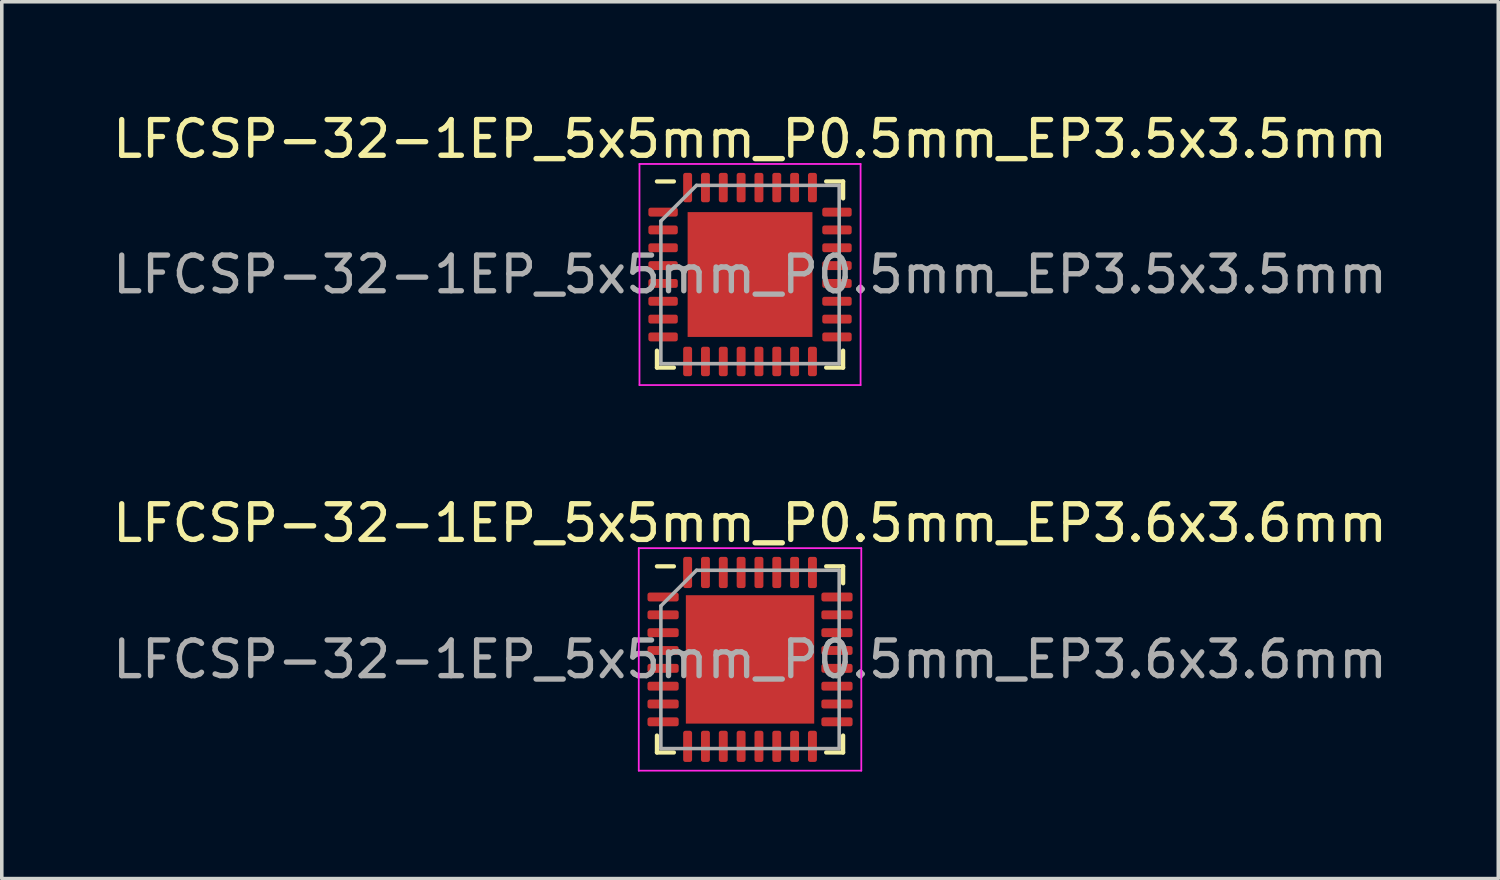
<source format=kicad_pcb>
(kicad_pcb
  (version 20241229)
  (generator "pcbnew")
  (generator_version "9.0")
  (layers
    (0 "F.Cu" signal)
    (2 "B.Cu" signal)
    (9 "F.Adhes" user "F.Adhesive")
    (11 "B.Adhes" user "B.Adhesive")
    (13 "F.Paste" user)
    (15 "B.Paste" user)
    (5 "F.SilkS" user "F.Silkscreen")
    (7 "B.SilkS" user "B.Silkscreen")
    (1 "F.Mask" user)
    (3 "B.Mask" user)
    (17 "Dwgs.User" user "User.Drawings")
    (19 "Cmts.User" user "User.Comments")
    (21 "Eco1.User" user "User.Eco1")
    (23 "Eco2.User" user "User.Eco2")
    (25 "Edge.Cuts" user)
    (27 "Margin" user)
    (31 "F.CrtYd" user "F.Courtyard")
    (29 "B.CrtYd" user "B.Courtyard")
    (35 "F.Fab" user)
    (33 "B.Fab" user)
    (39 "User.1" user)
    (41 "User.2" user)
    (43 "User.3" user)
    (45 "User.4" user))
  (footprint "LFCSP-32-1EP_5x5mm_P0.5mm_EP3.5x3.5mm"
    (layer "F.Cu")
    (at 17.982 4.648)
    (property "Reference" "LFCSP-32-1EP_5x5mm_P0.5mm_EP3.5x3.5mm" (at 0 -3.8 0) (layer "F.SilkS") (effects (font (size 1 1) (thickness 0.15))))
    (attr smd)
    (fp_line (start -2.61 2.61) (end -2.61 2.135) (stroke (width 0.12) (type solid)) (layer "F.SilkS"))
    (fp_line (start -2.135 -2.61) (end -2.61 -2.61) (stroke (width 0.12) (type solid)) (layer "F.SilkS"))
    (fp_line (start -2.135 2.61) (end -2.61 2.61) (stroke (width 0.12) (type solid)) (layer "F.SilkS"))
    (fp_line (start 2.135 -2.61) (end 2.61 -2.61) (stroke (width 0.12) (type solid)) (layer "F.SilkS"))
    (fp_line (start 2.135 2.61) (end 2.61 2.61) (stroke (width 0.12) (type solid)) (layer "F.SilkS"))
    (fp_line (start 2.61 -2.61) (end 2.61 -2.135) (stroke (width 0.12) (type solid)) (layer "F.SilkS"))
    (fp_line (start 2.61 2.61) (end 2.61 2.135) (stroke (width 0.12) (type solid)) (layer "F.SilkS"))
    (fp_line (start -3.1 -3.1) (end -3.1 3.1) (stroke (width 0.05) (type solid)) (layer "F.CrtYd"))
    (fp_line (start -3.1 3.1) (end 3.1 3.1) (stroke (width 0.05) (type solid)) (layer "F.CrtYd"))
    (fp_line (start 3.1 -3.1) (end -3.1 -3.1) (stroke (width 0.05) (type solid)) (layer "F.CrtYd"))
    (fp_line (start 3.1 3.1) (end 3.1 -3.1) (stroke (width 0.05) (type solid)) (layer "F.CrtYd"))
    (fp_line (start -2.5 -1.5) (end -1.5 -2.5) (stroke (width 0.1) (type solid)) (layer "F.Fab"))
    (fp_line (start -2.5 2.5) (end -2.5 -1.5) (stroke (width 0.1) (type solid)) (layer "F.Fab"))
    (fp_line (start -1.5 -2.5) (end 2.5 -2.5) (stroke (width 0.1) (type solid)) (layer "F.Fab"))
    (fp_line (start 2.5 -2.5) (end 2.5 2.5) (stroke (width 0.1) (type solid)) (layer "F.Fab"))
    (fp_line (start 2.5 2.5) (end -2.5 2.5) (stroke (width 0.1) (type solid)) (layer "F.Fab"))
    (fp_text user "${REFERENCE}" (at 0 0 0) (layer "F.Fab") (effects (font (size 1 1) (thickness 0.15))))
    (pad "" smd roundrect (at -0.875 -0.875) (size 1.41 1.41) (layers "F.Paste") (roundrect_rratio 0.177))
    (pad "" smd roundrect (at -0.875 0.875) (size 1.41 1.41) (layers "F.Paste") (roundrect_rratio 0.177))
    (pad "" smd roundrect (at 0.875 -0.875) (size 1.41 1.41) (layers "F.Paste") (roundrect_rratio 0.177))
    (pad "" smd roundrect (at 0.875 0.875) (size 1.41 1.41) (layers "F.Paste") (roundrect_rratio 0.177))
    (pad "1" smd roundrect (at -2.438 -1.75) (size 0.825 0.25) (layers "F.Cu" "F.Mask" "F.Paste") (roundrect_rratio 0.25))
    (pad "2" smd roundrect (at -2.438 -1.25) (size 0.825 0.25) (layers "F.Cu" "F.Mask" "F.Paste") (roundrect_rratio 0.25))
    (pad "3" smd roundrect (at -2.438 -0.75) (size 0.825 0.25) (layers "F.Cu" "F.Mask" "F.Paste") (roundrect_rratio 0.25))
    (pad "4" smd roundrect (at -2.438 -0.25) (size 0.825 0.25) (layers "F.Cu" "F.Mask" "F.Paste") (roundrect_rratio 0.25))
    (pad "5" smd roundrect (at -2.438 0.25) (size 0.825 0.25) (layers "F.Cu" "F.Mask" "F.Paste") (roundrect_rratio 0.25))
    (pad "6" smd roundrect (at -2.438 0.75) (size 0.825 0.25) (layers "F.Cu" "F.Mask" "F.Paste") (roundrect_rratio 0.25))
    (pad "7" smd roundrect (at -2.438 1.25) (size 0.825 0.25) (layers "F.Cu" "F.Mask" "F.Paste") (roundrect_rratio 0.25))
    (pad "8" smd roundrect (at -2.438 1.75) (size 0.825 0.25) (layers "F.Cu" "F.Mask" "F.Paste") (roundrect_rratio 0.25))
    (pad "9" smd roundrect (at -1.75 2.438) (size 0.25 0.825) (layers "F.Cu" "F.Mask" "F.Paste") (roundrect_rratio 0.25))
    (pad "10" smd roundrect (at -1.25 2.438) (size 0.25 0.825) (layers "F.Cu" "F.Mask" "F.Paste") (roundrect_rratio 0.25))
    (pad "11" smd roundrect (at -0.75 2.438) (size 0.25 0.825) (layers "F.Cu" "F.Mask" "F.Paste") (roundrect_rratio 0.25))
    (pad "12" smd roundrect (at -0.25 2.438) (size 0.25 0.825) (layers "F.Cu" "F.Mask" "F.Paste") (roundrect_rratio 0.25))
    (pad "13" smd roundrect (at 0.25 2.438) (size 0.25 0.825) (layers "F.Cu" "F.Mask" "F.Paste") (roundrect_rratio 0.25))
    (pad "14" smd roundrect (at 0.75 2.438) (size 0.25 0.825) (layers "F.Cu" "F.Mask" "F.Paste") (roundrect_rratio 0.25))
    (pad "15" smd roundrect (at 1.25 2.438) (size 0.25 0.825) (layers "F.Cu" "F.Mask" "F.Paste") (roundrect_rratio 0.25))
    (pad "16" smd roundrect (at 1.75 2.438) (size 0.25 0.825) (layers "F.Cu" "F.Mask" "F.Paste") (roundrect_rratio 0.25))
    (pad "17" smd roundrect (at 2.438 1.75) (size 0.825 0.25) (layers "F.Cu" "F.Mask" "F.Paste") (roundrect_rratio 0.25))
    (pad "18" smd roundrect (at 2.438 1.25) (size 0.825 0.25) (layers "F.Cu" "F.Mask" "F.Paste") (roundrect_rratio 0.25))
    (pad "19" smd roundrect (at 2.438 0.75) (size 0.825 0.25) (layers "F.Cu" "F.Mask" "F.Paste") (roundrect_rratio 0.25))
    (pad "20" smd roundrect (at 2.438 0.25) (size 0.825 0.25) (layers "F.Cu" "F.Mask" "F.Paste") (roundrect_rratio 0.25))
    (pad "21" smd roundrect (at 2.438 -0.25) (size 0.825 0.25) (layers "F.Cu" "F.Mask" "F.Paste") (roundrect_rratio 0.25))
    (pad "22" smd roundrect (at 2.438 -0.75) (size 0.825 0.25) (layers "F.Cu" "F.Mask" "F.Paste") (roundrect_rratio 0.25))
    (pad "23" smd roundrect (at 2.438 -1.25) (size 0.825 0.25) (layers "F.Cu" "F.Mask" "F.Paste") (roundrect_rratio 0.25))
    (pad "24" smd roundrect (at 2.438 -1.75) (size 0.825 0.25) (layers "F.Cu" "F.Mask" "F.Paste") (roundrect_rratio 0.25))
    (pad "25" smd roundrect (at 1.75 -2.438) (size 0.25 0.825) (layers "F.Cu" "F.Mask" "F.Paste") (roundrect_rratio 0.25))
    (pad "26" smd roundrect (at 1.25 -2.438) (size 0.25 0.825) (layers "F.Cu" "F.Mask" "F.Paste") (roundrect_rratio 0.25))
    (pad "27" smd roundrect (at 0.75 -2.438) (size 0.25 0.825) (layers "F.Cu" "F.Mask" "F.Paste") (roundrect_rratio 0.25))
    (pad "28" smd roundrect (at 0.25 -2.438) (size 0.25 0.825) (layers "F.Cu" "F.Mask" "F.Paste") (roundrect_rratio 0.25))
    (pad "29" smd roundrect (at -0.25 -2.438) (size 0.25 0.825) (layers "F.Cu" "F.Mask" "F.Paste") (roundrect_rratio 0.25))
    (pad "30" smd roundrect (at -0.75 -2.438) (size 0.25 0.825) (layers "F.Cu" "F.Mask" "F.Paste") (roundrect_rratio 0.25))
    (pad "31" smd roundrect (at -1.25 -2.438) (size 0.25 0.825) (layers "F.Cu" "F.Mask" "F.Paste") (roundrect_rratio 0.25))
    (pad "32" smd roundrect (at -1.75 -2.438) (size 0.25 0.825) (layers "F.Cu" "F.Mask" "F.Paste") (roundrect_rratio 0.25))
    (pad "33" smd rect (at 0 0) (size 3.5 3.5) (layers "F.Cu" "F.Mask")))
  (footprint "LFCSP-32-1EP_5x5mm_P0.5mm_EP3.6x3.6mm"
    (layer "F.Cu")
    (at 17.982 15.441)
    (property "Reference" "LFCSP-32-1EP_5x5mm_P0.5mm_EP3.6x3.6mm" (at 0 -3.82 0) (layer "F.SilkS") (effects (font (size 1 1) (thickness 0.15))))
    (attr smd)
    (fp_line (start -2.61 2.61) (end -2.61 2.135) (stroke (width 0.12) (type solid)) (layer "F.SilkS"))
    (fp_line (start -2.135 -2.61) (end -2.61 -2.61) (stroke (width 0.12) (type solid)) (layer "F.SilkS"))
    (fp_line (start -2.135 2.61) (end -2.61 2.61) (stroke (width 0.12) (type solid)) (layer "F.SilkS"))
    (fp_line (start 2.135 -2.61) (end 2.61 -2.61) (stroke (width 0.12) (type solid)) (layer "F.SilkS"))
    (fp_line (start 2.135 2.61) (end 2.61 2.61) (stroke (width 0.12) (type solid)) (layer "F.SilkS"))
    (fp_line (start 2.61 -2.61) (end 2.61 -2.135) (stroke (width 0.12) (type solid)) (layer "F.SilkS"))
    (fp_line (start 2.61 2.61) (end 2.61 2.135) (stroke (width 0.12) (type solid)) (layer "F.SilkS"))
    (fp_line (start -3.12 -3.12) (end -3.12 3.12) (stroke (width 0.05) (type solid)) (layer "F.CrtYd"))
    (fp_line (start -3.12 3.12) (end 3.12 3.12) (stroke (width 0.05) (type solid)) (layer "F.CrtYd"))
    (fp_line (start 3.12 -3.12) (end -3.12 -3.12) (stroke (width 0.05) (type solid)) (layer "F.CrtYd"))
    (fp_line (start 3.12 3.12) (end 3.12 -3.12) (stroke (width 0.05) (type solid)) (layer "F.CrtYd"))
    (fp_line (start -2.5 -1.5) (end -1.5 -2.5) (stroke (width 0.1) (type solid)) (layer "F.Fab"))
    (fp_line (start -2.5 2.5) (end -2.5 -1.5) (stroke (width 0.1) (type solid)) (layer "F.Fab"))
    (fp_line (start -1.5 -2.5) (end 2.5 -2.5) (stroke (width 0.1) (type solid)) (layer "F.Fab"))
    (fp_line (start 2.5 -2.5) (end 2.5 2.5) (stroke (width 0.1) (type solid)) (layer "F.Fab"))
    (fp_line (start 2.5 2.5) (end -2.5 2.5) (stroke (width 0.1) (type solid)) (layer "F.Fab"))
    (fp_text user "${REFERENCE}" (at 0 0 0) (layer "F.Fab") (effects (font (size 1 1) (thickness 0.15))))
    (pad "" smd roundrect (at -0.9 -0.9) (size 1.45 1.45) (layers "F.Paste") (roundrect_rratio 0.172))
    (pad "" smd roundrect (at -0.9 0.9) (size 1.45 1.45) (layers "F.Paste") (roundrect_rratio 0.172))
    (pad "" smd roundrect (at 0.9 -0.9) (size 1.45 1.45) (layers "F.Paste") (roundrect_rratio 0.172))
    (pad "" smd roundrect (at 0.9 0.9) (size 1.45 1.45) (layers "F.Paste") (roundrect_rratio 0.172))
    (pad "1" smd roundrect (at -2.438 -1.75) (size 0.875 0.25) (layers "F.Cu" "F.Mask" "F.Paste") (roundrect_rratio 0.25))
    (pad "2" smd roundrect (at -2.438 -1.25) (size 0.875 0.25) (layers "F.Cu" "F.Mask" "F.Paste") (roundrect_rratio 0.25))
    (pad "3" smd roundrect (at -2.438 -0.75) (size 0.875 0.25) (layers "F.Cu" "F.Mask" "F.Paste") (roundrect_rratio 0.25))
    (pad "4" smd roundrect (at -2.438 -0.25) (size 0.875 0.25) (layers "F.Cu" "F.Mask" "F.Paste") (roundrect_rratio 0.25))
    (pad "5" smd roundrect (at -2.438 0.25) (size 0.875 0.25) (layers "F.Cu" "F.Mask" "F.Paste") (roundrect_rratio 0.25))
    (pad "6" smd roundrect (at -2.438 0.75) (size 0.875 0.25) (layers "F.Cu" "F.Mask" "F.Paste") (roundrect_rratio 0.25))
    (pad "7" smd roundrect (at -2.438 1.25) (size 0.875 0.25) (layers "F.Cu" "F.Mask" "F.Paste") (roundrect_rratio 0.25))
    (pad "8" smd roundrect (at -2.438 1.75) (size 0.875 0.25) (layers "F.Cu" "F.Mask" "F.Paste") (roundrect_rratio 0.25))
    (pad "9" smd roundrect (at -1.75 2.438) (size 0.25 0.875) (layers "F.Cu" "F.Mask" "F.Paste") (roundrect_rratio 0.25))
    (pad "10" smd roundrect (at -1.25 2.438) (size 0.25 0.875) (layers "F.Cu" "F.Mask" "F.Paste") (roundrect_rratio 0.25))
    (pad "11" smd roundrect (at -0.75 2.438) (size 0.25 0.875) (layers "F.Cu" "F.Mask" "F.Paste") (roundrect_rratio 0.25))
    (pad "12" smd roundrect (at -0.25 2.438) (size 0.25 0.875) (layers "F.Cu" "F.Mask" "F.Paste") (roundrect_rratio 0.25))
    (pad "13" smd roundrect (at 0.25 2.438) (size 0.25 0.875) (layers "F.Cu" "F.Mask" "F.Paste") (roundrect_rratio 0.25))
    (pad "14" smd roundrect (at 0.75 2.438) (size 0.25 0.875) (layers "F.Cu" "F.Mask" "F.Paste") (roundrect_rratio 0.25))
    (pad "15" smd roundrect (at 1.25 2.438) (size 0.25 0.875) (layers "F.Cu" "F.Mask" "F.Paste") (roundrect_rratio 0.25))
    (pad "16" smd roundrect (at 1.75 2.438) (size 0.25 0.875) (layers "F.Cu" "F.Mask" "F.Paste") (roundrect_rratio 0.25))
    (pad "17" smd roundrect (at 2.438 1.75) (size 0.875 0.25) (layers "F.Cu" "F.Mask" "F.Paste") (roundrect_rratio 0.25))
    (pad "18" smd roundrect (at 2.438 1.25) (size 0.875 0.25) (layers "F.Cu" "F.Mask" "F.Paste") (roundrect_rratio 0.25))
    (pad "19" smd roundrect (at 2.438 0.75) (size 0.875 0.25) (layers "F.Cu" "F.Mask" "F.Paste") (roundrect_rratio 0.25))
    (pad "20" smd roundrect (at 2.438 0.25) (size 0.875 0.25) (layers "F.Cu" "F.Mask" "F.Paste") (roundrect_rratio 0.25))
    (pad "21" smd roundrect (at 2.438 -0.25) (size 0.875 0.25) (layers "F.Cu" "F.Mask" "F.Paste") (roundrect_rratio 0.25))
    (pad "22" smd roundrect (at 2.438 -0.75) (size 0.875 0.25) (layers "F.Cu" "F.Mask" "F.Paste") (roundrect_rratio 0.25))
    (pad "23" smd roundrect (at 2.438 -1.25) (size 0.875 0.25) (layers "F.Cu" "F.Mask" "F.Paste") (roundrect_rratio 0.25))
    (pad "24" smd roundrect (at 2.438 -1.75) (size 0.875 0.25) (layers "F.Cu" "F.Mask" "F.Paste") (roundrect_rratio 0.25))
    (pad "25" smd roundrect (at 1.75 -2.438) (size 0.25 0.875) (layers "F.Cu" "F.Mask" "F.Paste") (roundrect_rratio 0.25))
    (pad "26" smd roundrect (at 1.25 -2.438) (size 0.25 0.875) (layers "F.Cu" "F.Mask" "F.Paste") (roundrect_rratio 0.25))
    (pad "27" smd roundrect (at 0.75 -2.438) (size 0.25 0.875) (layers "F.Cu" "F.Mask" "F.Paste") (roundrect_rratio 0.25))
    (pad "28" smd roundrect (at 0.25 -2.438) (size 0.25 0.875) (layers "F.Cu" "F.Mask" "F.Paste") (roundrect_rratio 0.25))
    (pad "29" smd roundrect (at -0.25 -2.438) (size 0.25 0.875) (layers "F.Cu" "F.Mask" "F.Paste") (roundrect_rratio 0.25))
    (pad "30" smd roundrect (at -0.75 -2.438) (size 0.25 0.875) (layers "F.Cu" "F.Mask" "F.Paste") (roundrect_rratio 0.25))
    (pad "31" smd roundrect (at -1.25 -2.438) (size 0.25 0.875) (layers "F.Cu" "F.Mask" "F.Paste") (roundrect_rratio 0.25))
    (pad "32" smd roundrect (at -1.75 -2.438) (size 0.25 0.875) (layers "F.Cu" "F.Mask" "F.Paste") (roundrect_rratio 0.25))
    (pad "33" smd rect (at 0 0) (size 3.6 3.6) (layers "F.Cu" "F.Mask")))
  (gr_rect
    (start -3 -3)
    (end 38.964 21.587)
    (stroke (width 0.1) (type default))
    (fill no)
    (layer "Edge.Cuts")))
</source>
